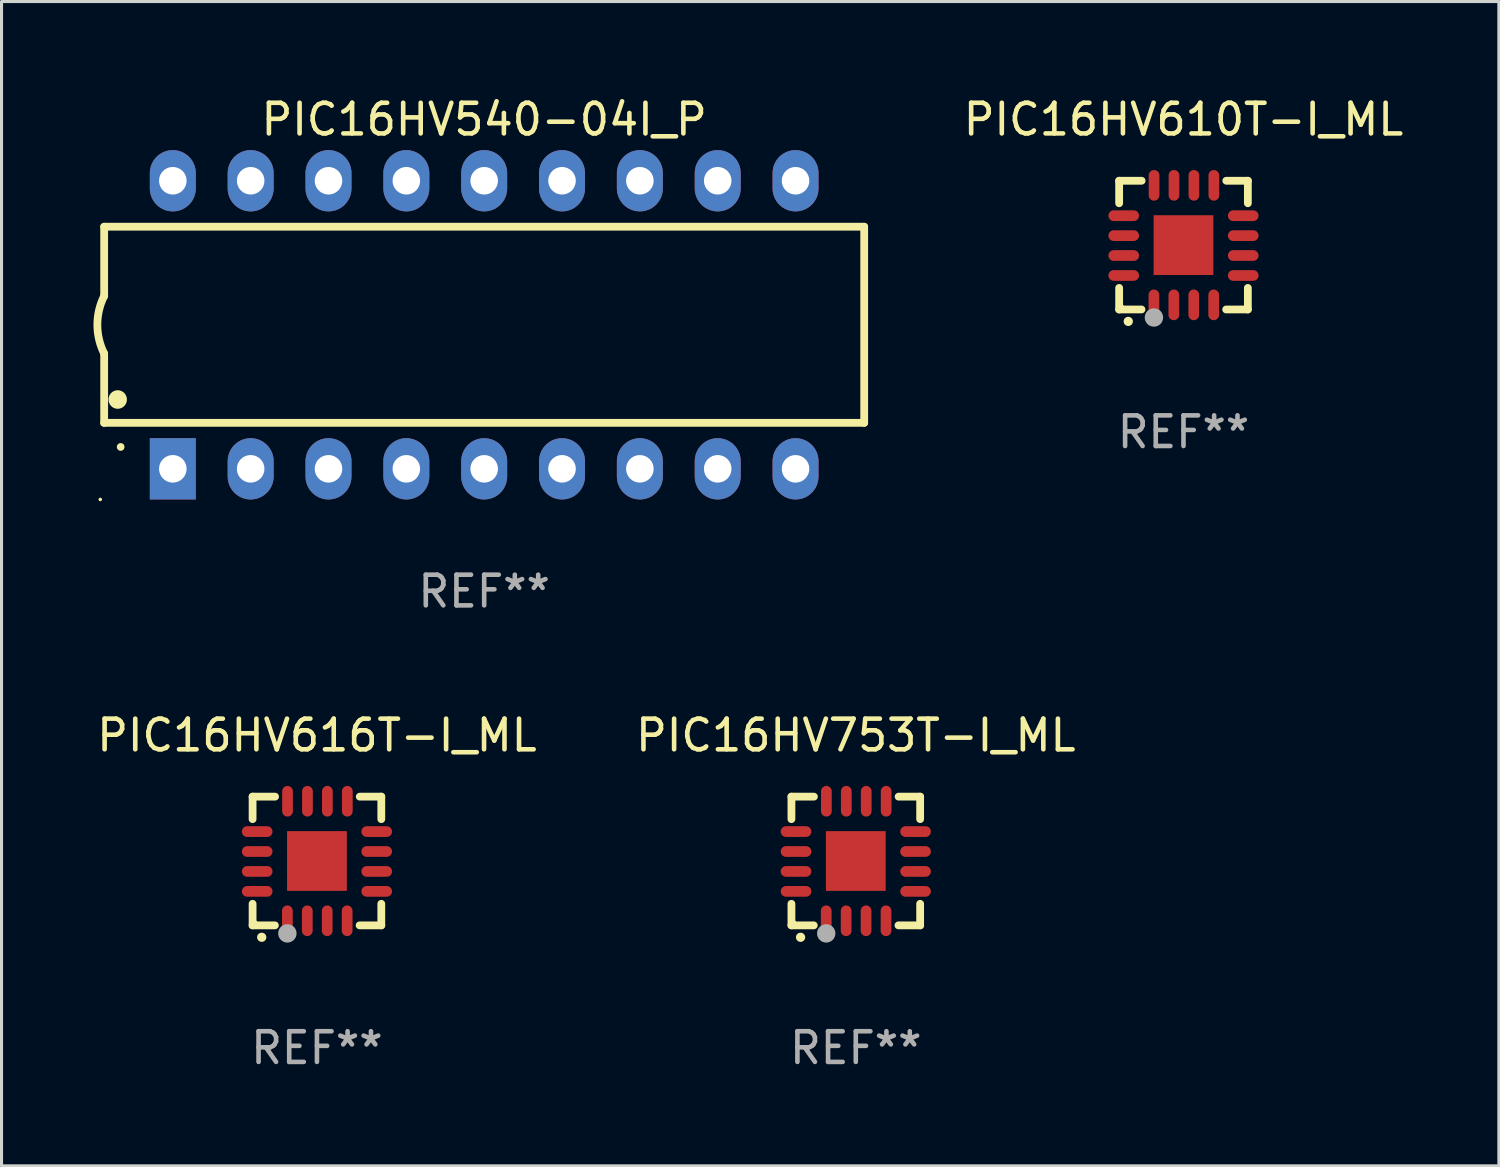
<source format=kicad_pcb>
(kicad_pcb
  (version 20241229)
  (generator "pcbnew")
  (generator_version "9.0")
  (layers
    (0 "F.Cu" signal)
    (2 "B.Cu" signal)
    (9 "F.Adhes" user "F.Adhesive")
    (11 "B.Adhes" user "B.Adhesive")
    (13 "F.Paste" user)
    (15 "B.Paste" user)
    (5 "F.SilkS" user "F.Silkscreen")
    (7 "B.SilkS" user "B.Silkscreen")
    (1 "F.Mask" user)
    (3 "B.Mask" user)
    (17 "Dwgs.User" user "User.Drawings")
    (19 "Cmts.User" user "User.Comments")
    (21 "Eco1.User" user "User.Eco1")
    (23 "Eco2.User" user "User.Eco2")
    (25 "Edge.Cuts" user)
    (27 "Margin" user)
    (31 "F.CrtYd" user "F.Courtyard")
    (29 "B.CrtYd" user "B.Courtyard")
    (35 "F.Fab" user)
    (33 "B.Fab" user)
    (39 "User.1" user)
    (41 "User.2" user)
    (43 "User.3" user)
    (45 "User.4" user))
  (footprint "PIC16HV753T-I_ML"
    (layer "F.Cu")
    (at 24.875 25.045)
    (property "Reference" "PIC16HV753T-I_ML" (at 0 -4.1 0) (layer "F.SilkS") (effects (font (size 1 1) (thickness 0.15))))
    (attr through_hole)
    (fp_line (start -2.1 -2.1) (end -1.366 -2.1) (stroke (width 0.254) (type solid)) (layer "F.SilkS"))
    (fp_line (start -2.1 -1.366) (end -2.1 -2.1) (stroke (width 0.254) (type solid)) (layer "F.SilkS"))
    (fp_line (start -2.1 2.1) (end -2.1 1.397) (stroke (width 0.254) (type solid)) (layer "F.SilkS"))
    (fp_line (start -2.1 2.1) (end -1.371 2.1) (stroke (width 0.254) (type solid)) (layer "F.SilkS"))
    (fp_line (start 1.392 2.1) (end 2.1 2.1) (stroke (width 0.254) (type solid)) (layer "F.SilkS"))
    (fp_line (start 1.397 -2.1) (end 2.1 -2.1) (stroke (width 0.254) (type solid)) (layer "F.SilkS"))
    (fp_line (start 2.1 -1.366) (end 2.1 -2.1) (stroke (width 0.254) (type solid)) (layer "F.SilkS"))
    (fp_line (start 2.1 2.1) (end 2.1 1.397) (stroke (width 0.254) (type solid)) (layer "F.SilkS"))
    (fp_arc (start -1.803404 2.489205) (mid -1.802134 2.4892) (end -1.800864 2.489205) (stroke (width 0.3) (type solid)) (layer "F.SilkS"))
    (fp_circle (center -2 2) (end -1.97 2) (stroke (width 0.06) (type solid)) (fill no) (layer "F.SilkS"))
    (fp_circle (center -0.965 2.362) (end -0.815 2.362) (stroke (width 0.3) (type solid)) (fill no) (layer "F.Fab"))
    (fp_text user "REF**" (at 0 6.1 0) (layer "F.Fab") (effects (font (size 1 1) (thickness 0.15))))
    (pad "1" smd oval (at -0.965 1.95) (size 0.35 1) (layers "F.Cu" "F.Mask" "F.Paste"))
    (pad "2" smd oval (at -0.315 1.95) (size 0.35 1) (layers "F.Cu" "F.Mask" "F.Paste"))
    (pad "3" smd oval (at 0.335 1.95) (size 0.35 1) (layers "F.Cu" "F.Mask" "F.Paste"))
    (pad "4" smd oval (at 0.986 1.95) (size 0.35 1) (layers "F.Cu" "F.Mask" "F.Paste"))
    (pad "5" smd oval (at 1.95 0.991) (size 1 0.35) (layers "F.Cu" "F.Mask" "F.Paste"))
    (pad "6" smd oval (at 1.95 0.34) (size 1 0.35) (layers "F.Cu" "F.Mask" "F.Paste"))
    (pad "7" smd oval (at 1.95 -0.31) (size 1 0.35) (layers "F.Cu" "F.Mask" "F.Paste"))
    (pad "8" smd oval (at 1.95 -0.96) (size 1 0.35) (layers "F.Cu" "F.Mask" "F.Paste"))
    (pad "9" smd oval (at 0.991 -1.95) (size 0.35 1) (layers "F.Cu" "F.Mask" "F.Paste"))
    (pad "10" smd oval (at 0.34 -1.95) (size 0.35 1) (layers "F.Cu" "F.Mask" "F.Paste"))
    (pad "11" smd oval (at -0.31 -1.95) (size 0.35 1) (layers "F.Cu" "F.Mask" "F.Paste"))
    (pad "12" smd oval (at -0.96 -1.95) (size 0.35 1) (layers "F.Cu" "F.Mask" "F.Paste"))
    (pad "13" smd oval (at -1.95 -0.96) (size 1 0.35) (layers "F.Cu" "F.Mask" "F.Paste"))
    (pad "14" smd oval (at -1.95 -0.31) (size 1 0.35) (layers "F.Cu" "F.Mask" "F.Paste"))
    (pad "15" smd oval (at -1.95 0.34) (size 1 0.35) (layers "F.Cu" "F.Mask" "F.Paste"))
    (pad "16" smd oval (at -1.95 0.991) (size 1 0.35) (layers "F.Cu" "F.Mask" "F.Paste"))
    (pad "17" smd rect (at 0 0) (size 1.95 1.95) (layers "F.Cu" "F.Mask" "F.Paste")))
  (footprint "PIC16HV610T-I_ML"
    (layer "F.Cu")
    (at 35.568 4.948)
    (property "Reference" "PIC16HV610T-I_ML" (at 0 -4.1 0) (layer "F.SilkS") (effects (font (size 1 1) (thickness 0.15))))
    (attr through_hole)
    (fp_line (start -2.1 -2.1) (end -1.366 -2.1) (stroke (width 0.254) (type solid)) (layer "F.SilkS"))
    (fp_line (start -2.1 -1.366) (end -2.1 -2.1) (stroke (width 0.254) (type solid)) (layer "F.SilkS"))
    (fp_line (start -2.1 2.1) (end -2.1 1.397) (stroke (width 0.254) (type solid)) (layer "F.SilkS"))
    (fp_line (start -2.1 2.1) (end -1.371 2.1) (stroke (width 0.254) (type solid)) (layer "F.SilkS"))
    (fp_line (start 1.392 2.1) (end 2.1 2.1) (stroke (width 0.254) (type solid)) (layer "F.SilkS"))
    (fp_line (start 1.397 -2.1) (end 2.1 -2.1) (stroke (width 0.254) (type solid)) (layer "F.SilkS"))
    (fp_line (start 2.1 -1.366) (end 2.1 -2.1) (stroke (width 0.254) (type solid)) (layer "F.SilkS"))
    (fp_line (start 2.1 2.1) (end 2.1 1.397) (stroke (width 0.254) (type solid)) (layer "F.SilkS"))
    (fp_arc (start -1.803404 2.489205) (mid -1.802134 2.4892) (end -1.800864 2.489205) (stroke (width 0.3) (type solid)) (layer "F.SilkS"))
    (fp_circle (center -2 2) (end -1.97 2) (stroke (width 0.06) (type solid)) (fill no) (layer "F.SilkS"))
    (fp_circle (center -0.965 2.362) (end -0.815 2.362) (stroke (width 0.3) (type solid)) (fill no) (layer "F.Fab"))
    (fp_text user "REF**" (at 0 6.1 0) (layer "F.Fab") (effects (font (size 1 1) (thickness 0.15))))
    (pad "1" smd oval (at -0.965 1.95) (size 0.35 1) (layers "F.Cu" "F.Mask" "F.Paste"))
    (pad "2" smd oval (at -0.315 1.95) (size 0.35 1) (layers "F.Cu" "F.Mask" "F.Paste"))
    (pad "3" smd oval (at 0.335 1.95) (size 0.35 1) (layers "F.Cu" "F.Mask" "F.Paste"))
    (pad "4" smd oval (at 0.986 1.95) (size 0.35 1) (layers "F.Cu" "F.Mask" "F.Paste"))
    (pad "5" smd oval (at 1.95 0.991) (size 1 0.35) (layers "F.Cu" "F.Mask" "F.Paste"))
    (pad "6" smd oval (at 1.95 0.34) (size 1 0.35) (layers "F.Cu" "F.Mask" "F.Paste"))
    (pad "7" smd oval (at 1.95 -0.31) (size 1 0.35) (layers "F.Cu" "F.Mask" "F.Paste"))
    (pad "8" smd oval (at 1.95 -0.96) (size 1 0.35) (layers "F.Cu" "F.Mask" "F.Paste"))
    (pad "9" smd oval (at 0.991 -1.95) (size 0.35 1) (layers "F.Cu" "F.Mask" "F.Paste"))
    (pad "10" smd oval (at 0.34 -1.95) (size 0.35 1) (layers "F.Cu" "F.Mask" "F.Paste"))
    (pad "11" smd oval (at -0.31 -1.95) (size 0.35 1) (layers "F.Cu" "F.Mask" "F.Paste"))
    (pad "12" smd oval (at -0.96 -1.95) (size 0.35 1) (layers "F.Cu" "F.Mask" "F.Paste"))
    (pad "13" smd oval (at -1.95 -0.96) (size 1 0.35) (layers "F.Cu" "F.Mask" "F.Paste"))
    (pad "14" smd oval (at -1.95 -0.31) (size 1 0.35) (layers "F.Cu" "F.Mask" "F.Paste"))
    (pad "15" smd oval (at -1.95 0.34) (size 1 0.35) (layers "F.Cu" "F.Mask" "F.Paste"))
    (pad "16" smd oval (at -1.95 0.991) (size 1 0.35) (layers "F.Cu" "F.Mask" "F.Paste"))
    (pad "17" smd rect (at 0 0) (size 1.95 1.95) (layers "F.Cu" "F.Mask" "F.Paste")))
  (footprint "PIC16HV540-04I_P"
    (layer "F.Cu")
    (at 12.749 7.548)
    (property "Reference" "PIC16HV540-04I_P" (at 0 -6.7 0) (layer "F.SilkS") (effects (font (size 1 1) (thickness 0.15))))
    (attr through_hole)
    (fp_line (start -12.4 -3.2) (end -12.4 -0.94) (stroke (width 0.254) (type solid)) (layer "F.SilkS"))
    (fp_line (start -12.4 -3.2) (end 12.4 -3.2) (stroke (width 0.254) (type solid)) (layer "F.SilkS"))
    (fp_line (start -12.4 3.2) (end -12.4 0.94) (stroke (width 0.254) (type solid)) (layer "F.SilkS"))
    (fp_line (start -12.4 3.2) (end 12.4 3.2) (stroke (width 0.254) (type solid)) (layer "F.SilkS"))
    (fp_line (start 12.4 -3.2) (end 12.4 3.2) (stroke (width 0.254) (type solid)) (layer "F.SilkS"))
    (fp_arc (start -12.400305 0.938531) (mid -12.621952 -0.000821) (end -12.400025 -0.940107) (stroke (width 0.254001) (type solid)) (layer "F.SilkS"))
    (fp_arc (start -11.958623 2.440843) (mid -11.958634 2.438303) (end -11.958623 2.435763) (stroke (width 0.6) (type solid)) (layer "F.SilkS"))
    (fp_arc (start -11.861824 3.987706) (mid -11.861831 3.986436) (end -11.861824 3.985166) (stroke (width 0.25) (type solid)) (layer "F.SilkS"))
    (fp_circle (center -12.527 5.7) (end -12.497 5.7) (stroke (width 0.06) (type solid)) (fill no) (layer "F.SilkS"))
    (fp_text user "REF**" (at 0 8.7 0) (layer "F.Fab") (effects (font (size 1 1) (thickness 0.15))))
    (pad "1" thru_hole rect (at -10.16 4.7 90) (size 2 1.5) (drill 0.9) (layers "*.Cu" "*.Mask"))
    (pad "2" thru_hole oval (at -7.62 4.7 90) (size 2 1.5) (drill 0.9) (layers "*.Cu" "*.Mask"))
    (pad "3" thru_hole oval (at -5.08 4.7 90) (size 2 1.5) (drill 0.9) (layers "*.Cu" "*.Mask"))
    (pad "4" thru_hole oval (at -2.54 4.7 90) (size 2 1.5) (drill 0.9) (layers "*.Cu" "*.Mask"))
    (pad "5" thru_hole oval (at 0 4.7 90) (size 2 1.5) (drill 0.9) (layers "*.Cu" "*.Mask"))
    (pad "6" thru_hole oval (at 2.54 4.7 90) (size 2 1.5) (drill 0.9) (layers "*.Cu" "*.Mask"))
    (pad "7" thru_hole oval (at 5.08 4.7 90) (size 2 1.5) (drill 0.9) (layers "*.Cu" "*.Mask"))
    (pad "8" thru_hole oval (at 7.62 4.7 90) (size 2 1.5) (drill 0.9) (layers "*.Cu" "*.Mask"))
    (pad "9" thru_hole oval (at 10.16 4.7 90) (size 2 1.5) (drill 0.9) (layers "*.Cu" "*.Mask"))
    (pad "10" thru_hole oval (at 10.16 -4.7 90) (size 2 1.5) (drill 0.9) (layers "*.Cu" "*.Mask"))
    (pad "11" thru_hole oval (at 7.62 -4.7 90) (size 2 1.5) (drill 0.9) (layers "*.Cu" "*.Mask"))
    (pad "12" thru_hole oval (at 5.08 -4.7 90) (size 2 1.5) (drill 0.9) (layers "*.Cu" "*.Mask"))
    (pad "13" thru_hole oval (at 2.54 -4.7 90) (size 2 1.5) (drill 0.9) (layers "*.Cu" "*.Mask"))
    (pad "14" thru_hole oval (at 0 -4.7 90) (size 2 1.5) (drill 0.9) (layers "*.Cu" "*.Mask"))
    (pad "15" thru_hole oval (at -2.54 -4.7 90) (size 2 1.5) (drill 0.9) (layers "*.Cu" "*.Mask"))
    (pad "16" thru_hole oval (at -5.08 -4.7 90) (size 2 1.5) (drill 0.9) (layers "*.Cu" "*.Mask"))
    (pad "17" thru_hole oval (at -7.62 -4.7 90) (size 2 1.5) (drill 0.9) (layers "*.Cu" "*.Mask"))
    (pad "18" thru_hole oval (at -10.16 -4.7 90) (size 2 1.5) (drill 0.9) (layers "*.Cu" "*.Mask")))
  (footprint "PIC16HV616T-I_ML"
    (layer "F.Cu")
    (at 7.292 25.045)
    (property "Reference" "PIC16HV616T-I_ML" (at 0 -4.1 0) (layer "F.SilkS") (effects (font (size 1 1) (thickness 0.15))))
    (attr through_hole)
    (fp_line (start -2.1 -2.1) (end -1.366 -2.1) (stroke (width 0.254) (type solid)) (layer "F.SilkS"))
    (fp_line (start -2.1 -1.366) (end -2.1 -2.1) (stroke (width 0.254) (type solid)) (layer "F.SilkS"))
    (fp_line (start -2.1 2.1) (end -2.1 1.397) (stroke (width 0.254) (type solid)) (layer "F.SilkS"))
    (fp_line (start -2.1 2.1) (end -1.371 2.1) (stroke (width 0.254) (type solid)) (layer "F.SilkS"))
    (fp_line (start 1.392 2.1) (end 2.1 2.1) (stroke (width 0.254) (type solid)) (layer "F.SilkS"))
    (fp_line (start 1.397 -2.1) (end 2.1 -2.1) (stroke (width 0.254) (type solid)) (layer "F.SilkS"))
    (fp_line (start 2.1 -1.366) (end 2.1 -2.1) (stroke (width 0.254) (type solid)) (layer "F.SilkS"))
    (fp_line (start 2.1 2.1) (end 2.1 1.397) (stroke (width 0.254) (type solid)) (layer "F.SilkS"))
    (fp_arc (start -1.803404 2.489205) (mid -1.802134 2.4892) (end -1.800864 2.489205) (stroke (width 0.3) (type solid)) (layer "F.SilkS"))
    (fp_circle (center -2 2) (end -1.97 2) (stroke (width 0.06) (type solid)) (fill no) (layer "F.SilkS"))
    (fp_circle (center -0.965 2.362) (end -0.815 2.362) (stroke (width 0.3) (type solid)) (fill no) (layer "F.Fab"))
    (fp_text user "REF**" (at 0 6.1 0) (layer "F.Fab") (effects (font (size 1 1) (thickness 0.15))))
    (pad "1" smd oval (at -0.965 1.95) (size 0.35 1) (layers "F.Cu" "F.Mask" "F.Paste"))
    (pad "2" smd oval (at -0.315 1.95) (size 0.35 1) (layers "F.Cu" "F.Mask" "F.Paste"))
    (pad "3" smd oval (at 0.335 1.95) (size 0.35 1) (layers "F.Cu" "F.Mask" "F.Paste"))
    (pad "4" smd oval (at 0.986 1.95) (size 0.35 1) (layers "F.Cu" "F.Mask" "F.Paste"))
    (pad "5" smd oval (at 1.95 0.991) (size 1 0.35) (layers "F.Cu" "F.Mask" "F.Paste"))
    (pad "6" smd oval (at 1.95 0.34) (size 1 0.35) (layers "F.Cu" "F.Mask" "F.Paste"))
    (pad "7" smd oval (at 1.95 -0.31) (size 1 0.35) (layers "F.Cu" "F.Mask" "F.Paste"))
    (pad "8" smd oval (at 1.95 -0.96) (size 1 0.35) (layers "F.Cu" "F.Mask" "F.Paste"))
    (pad "9" smd oval (at 0.991 -1.95) (size 0.35 1) (layers "F.Cu" "F.Mask" "F.Paste"))
    (pad "10" smd oval (at 0.34 -1.95) (size 0.35 1) (layers "F.Cu" "F.Mask" "F.Paste"))
    (pad "11" smd oval (at -0.31 -1.95) (size 0.35 1) (layers "F.Cu" "F.Mask" "F.Paste"))
    (pad "12" smd oval (at -0.96 -1.95) (size 0.35 1) (layers "F.Cu" "F.Mask" "F.Paste"))
    (pad "13" smd oval (at -1.95 -0.96) (size 1 0.35) (layers "F.Cu" "F.Mask" "F.Paste"))
    (pad "14" smd oval (at -1.95 -0.31) (size 1 0.35) (layers "F.Cu" "F.Mask" "F.Paste"))
    (pad "15" smd oval (at -1.95 0.34) (size 1 0.35) (layers "F.Cu" "F.Mask" "F.Paste"))
    (pad "16" smd oval (at -1.95 0.991) (size 1 0.35) (layers "F.Cu" "F.Mask" "F.Paste"))
    (pad "17" smd rect (at 0 0) (size 1.95 1.95) (layers "F.Cu" "F.Mask" "F.Paste")))
  (gr_rect
    (start -3 -3)
    (end 45.859 34.993)
    (stroke (width 0.1) (type default))
    (fill no)
    (layer "Edge.Cuts")))
</source>
